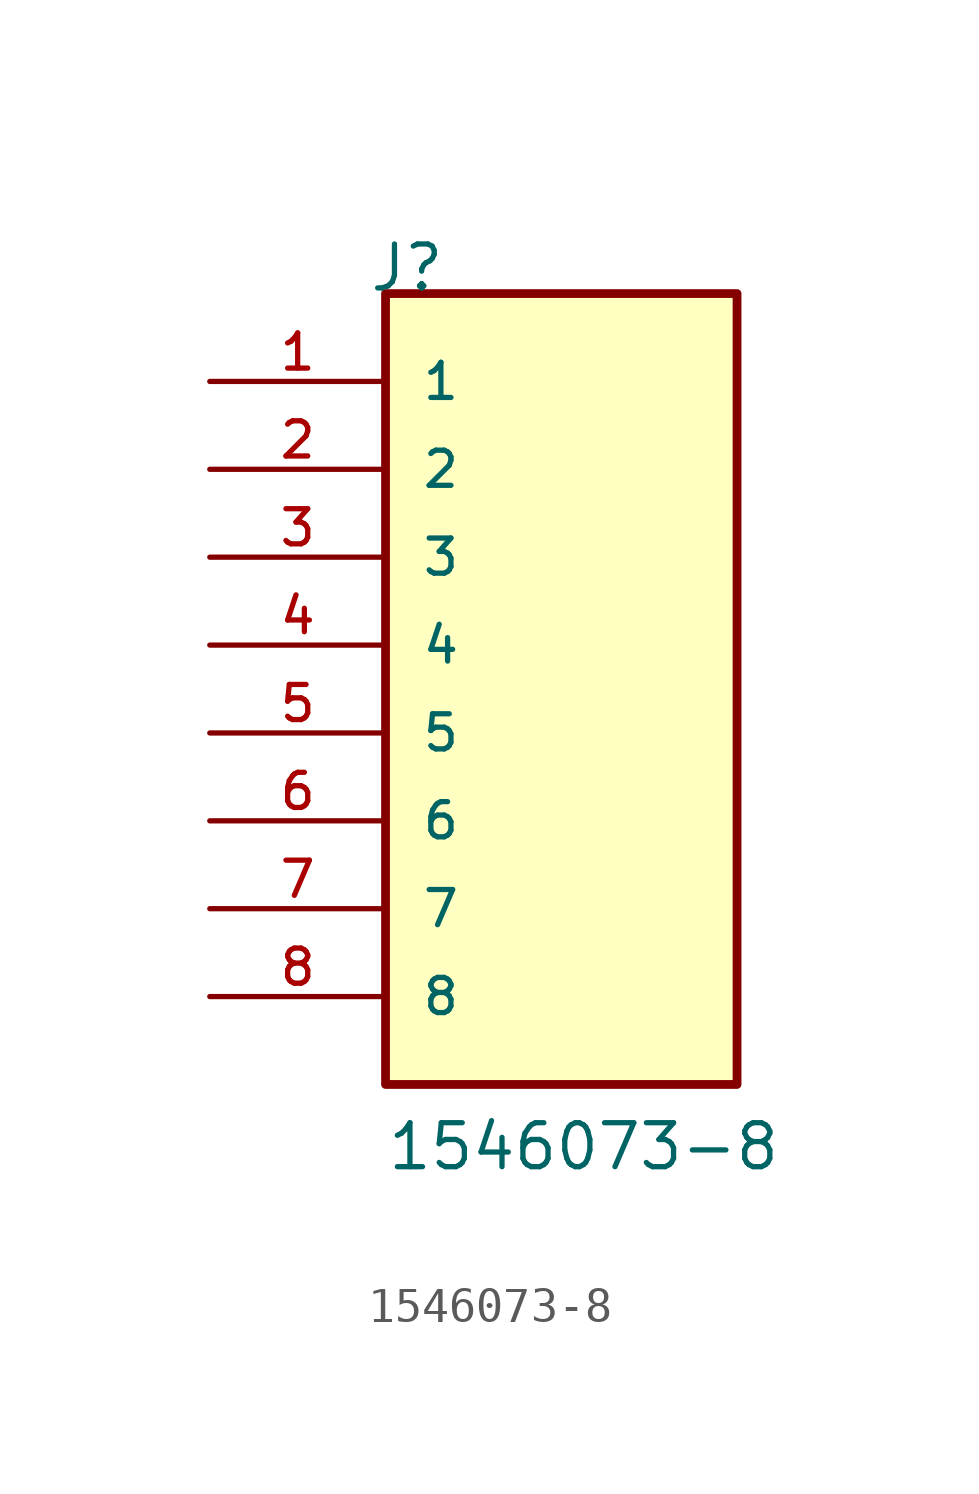
<source format=kicad_sym>
(kicad_symbol_lib
  (version 20211014)
  (generator kicad_symbol_editor)
  (symbol "1546073-8"
    (pin_names
      (offset 1.016))
    (property "Reference" "J"
      (at -5.588 12.7 0)
      (effects (font (size 1.27 1.27)) (justify left bottom)))
    (property "Value" "1546073-8"
      (at -5.08 -12.7 0)
      (effects (font (size 1.27 1.27)) (justify left bottom)))
    (property "ki_locked" ""
      (at 0 0 0)
      (effects (font (size 1.27 1.27))))
    (symbol "1546073-8_0_0"
      (rectangle (start -5.08 -10.16) (end 5.08 12.7) (stroke (width 0.254) (type default) (color 0 0 0 0)) (fill (type background)))
      (pin passive line (at -10.16 10.16 0) (length 5.08) (name "1" (effects (font (size 1.016 1.016)))) (number "1" (effects (font (size 1.016 1.016)))))
      (pin passive line (at -10.16 7.62 0) (length 5.08) (name "2" (effects (font (size 1.016 1.016)))) (number "2" (effects (font (size 1.016 1.016)))))
      (pin passive line (at -10.16 5.08 0) (length 5.08) (name "3" (effects (font (size 1.016 1.016)))) (number "3" (effects (font (size 1.016 1.016)))))
      (pin passive line (at -10.16 2.54 0) (length 5.08) (name "4" (effects (font (size 1.016 1.016)))) (number "4" (effects (font (size 1.016 1.016)))))
      (pin passive line (at -10.16 0 0) (length 5.08) (name "5" (effects (font (size 1.016 1.016)))) (number "5" (effects (font (size 1.016 1.016)))))
      (pin passive line (at -10.16 -2.54 0) (length 5.08) (name "6" (effects (font (size 1.016 1.016)))) (number "6" (effects (font (size 1.016 1.016)))))
      (pin passive line (at -10.16 -5.08 0) (length 5.08) (name "7" (effects (font (size 1.016 1.016)))) (number "7" (effects (font (size 1.016 1.016)))))
      (pin passive line (at -10.16 -7.62 0) (length 5.08) (name "8" (effects (font (size 1.016 1.016)))) (number "8" (effects (font (size 1.016 1.016))))))))
</source>
